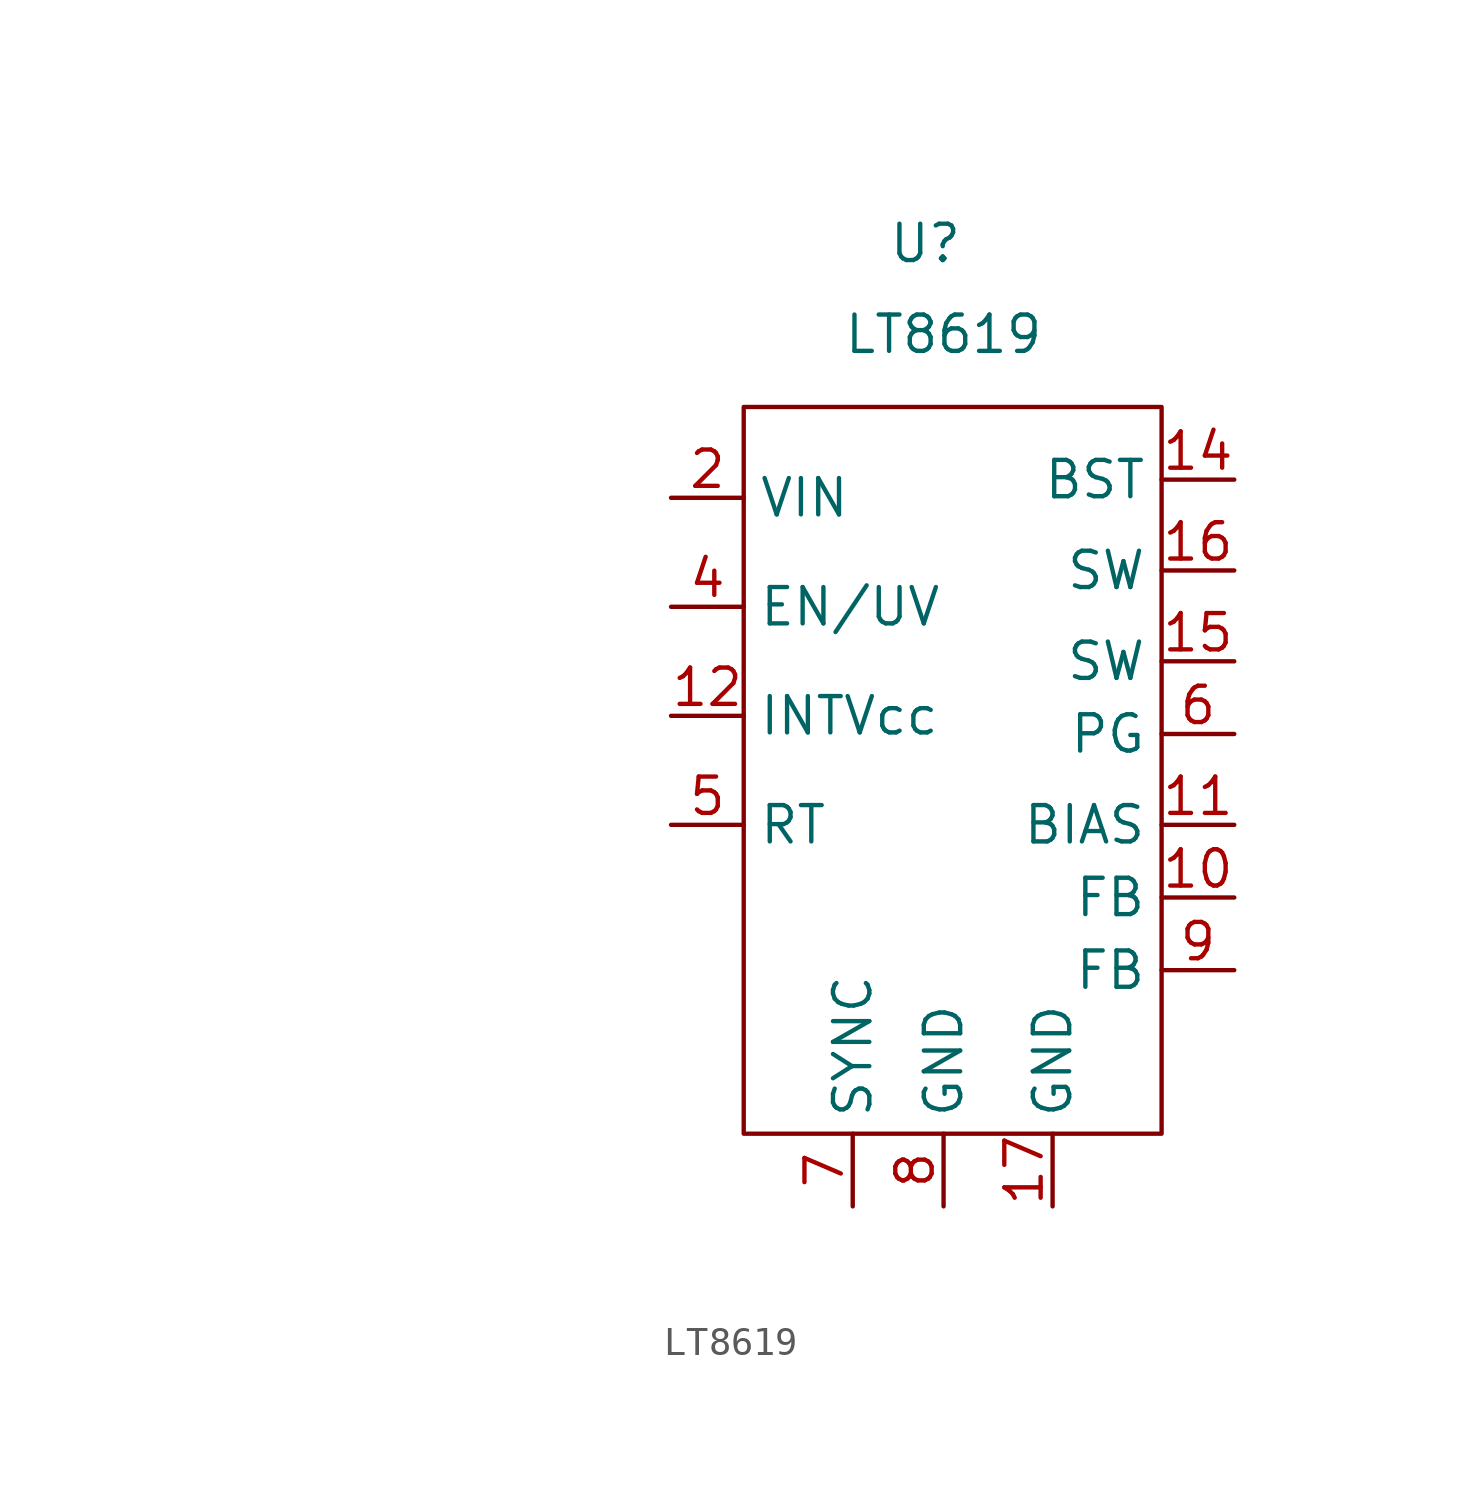
<source format=kicad_sym>
(kicad_symbol_lib
  (version 20211014)
  (generator kicad_symbol_editor)
  (symbol "LT8619"
    (property "Reference" "U"
      (at -10.16 2.54 0)
      (effects (font (size 1.27 1.27))))
    (property "Value" "LT8619"
      (at -9.525 -0.635 0)
      (effects (font (size 1.27 1.27))))
    (symbol "LT8619_0_1"
      (rectangle (start -16.51 -3.175) (end -1.905 -28.575) (stroke (width 0) (type default) (color 0 0 0 0)) (fill (type none))))
    (symbol "LT8619_1_1"
      (pin no_connect line (at -34.925 -7.62 0) (length 2.54) hide (name "NC" (effects (font (size 1.27 1.27)))) (number "1" (effects (font (size 1.27 1.27)))))
      (pin input line (at 0.635 -20.32 180) (length 2.54) (name "FB" (effects (font (size 1.27 1.27)))) (number "10" (effects (font (size 1.27 1.27)))))
      (pin power_in line (at 0.635 -17.78 180) (length 2.54) (name "BIAS" (effects (font (size 1.27 1.27)))) (number "11" (effects (font (size 1.27 1.27)))))
      (pin power_out line (at -19.05 -13.97 0) (length 2.54) (name "INTVcc" (effects (font (size 1.27 1.27)))) (number "12" (effects (font (size 1.27 1.27)))))
      (pin no_connect line (at -34.925 -12.7 0) (length 2.54) hide (name "NC" (effects (font (size 1.27 1.27)))) (number "13" (effects (font (size 1.27 1.27)))))
      (pin passive line (at 0.635 -5.715 180) (length 2.54) (name "BST" (effects (font (size 1.27 1.27)))) (number "14" (effects (font (size 1.27 1.27)))))
      (pin output line (at 0.635 -12.065 180) (length 2.54) (name "SW" (effects (font (size 1.27 1.27)))) (number "15" (effects (font (size 1.27 1.27)))))
      (pin output line (at 0.635 -8.89 180) (length 2.54) (name "SW" (effects (font (size 1.27 1.27)))) (number "16" (effects (font (size 1.27 1.27)))))
      (pin power_in line (at -5.715 -31.115 90) (length 2.54) (name "GND" (effects (font (size 1.27 1.27)))) (number "17" (effects (font (size 1.27 1.27)))))
      (pin power_in line (at -19.05 -6.35 0) (length 2.54) (name "VIN" (effects (font (size 1.27 1.27)))) (number "2" (effects (font (size 1.27 1.27)))))
      (pin no_connect line (at -34.925 -10.16 0) (length 2.54) hide (name "NC" (effects (font (size 1.27 1.27)))) (number "3" (effects (font (size 1.27 1.27)))))
      (pin input line (at -19.05 -10.16 0) (length 2.54) (name "EN/UV" (effects (font (size 1.27 1.27)))) (number "4" (effects (font (size 1.27 1.27)))))
      (pin passive line (at -19.05 -17.78 0) (length 2.54) (name "RT" (effects (font (size 1.27 1.27)))) (number "5" (effects (font (size 1.27 1.27)))))
      (pin output line (at 0.635 -14.605 180) (length 2.54) (name "PG" (effects (font (size 1.27 1.27)))) (number "6" (effects (font (size 1.27 1.27)))))
      (pin input line (at -12.7 -31.115 90) (length 2.54) (name "SYNC" (effects (font (size 1.27 1.27)))) (number "7" (effects (font (size 1.27 1.27)))))
      (pin power_in line (at -9.525 -31.115 90) (length 2.54) (name "GND" (effects (font (size 1.27 1.27)))) (number "8" (effects (font (size 1.27 1.27)))))
      (pin input line (at 0.635 -22.86 180) (length 2.54) (name "FB" (effects (font (size 1.27 1.27)))) (number "9" (effects (font (size 1.27 1.27))))))))
</source>
